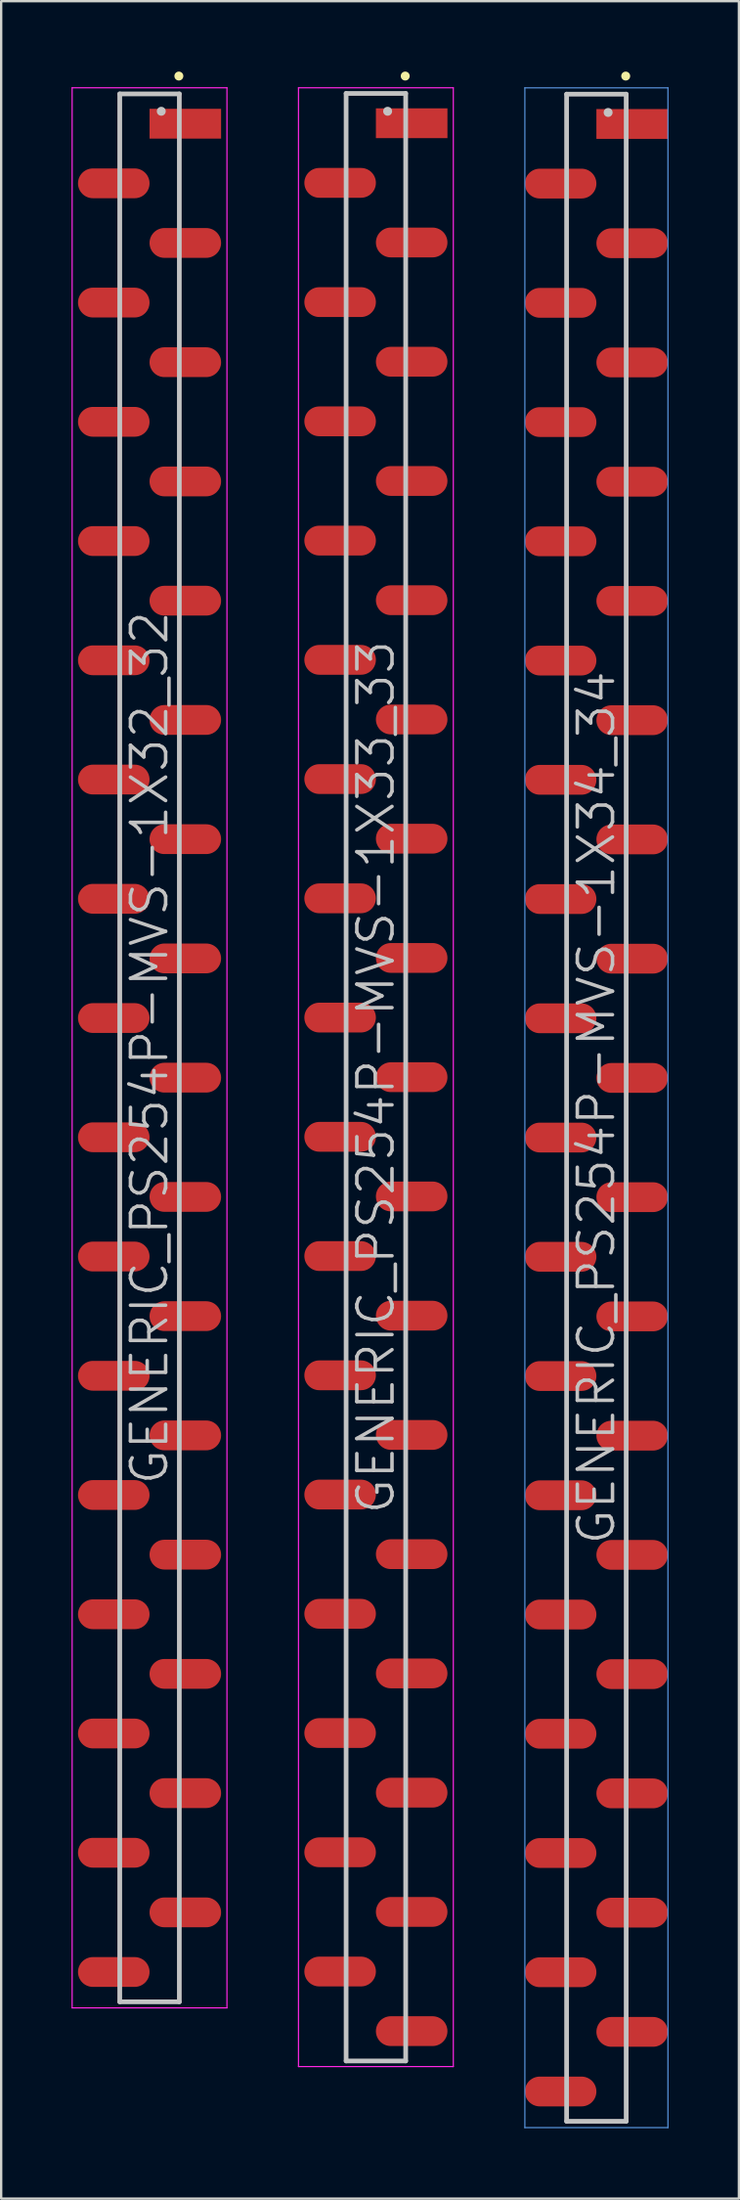
<source format=kicad_pcb>
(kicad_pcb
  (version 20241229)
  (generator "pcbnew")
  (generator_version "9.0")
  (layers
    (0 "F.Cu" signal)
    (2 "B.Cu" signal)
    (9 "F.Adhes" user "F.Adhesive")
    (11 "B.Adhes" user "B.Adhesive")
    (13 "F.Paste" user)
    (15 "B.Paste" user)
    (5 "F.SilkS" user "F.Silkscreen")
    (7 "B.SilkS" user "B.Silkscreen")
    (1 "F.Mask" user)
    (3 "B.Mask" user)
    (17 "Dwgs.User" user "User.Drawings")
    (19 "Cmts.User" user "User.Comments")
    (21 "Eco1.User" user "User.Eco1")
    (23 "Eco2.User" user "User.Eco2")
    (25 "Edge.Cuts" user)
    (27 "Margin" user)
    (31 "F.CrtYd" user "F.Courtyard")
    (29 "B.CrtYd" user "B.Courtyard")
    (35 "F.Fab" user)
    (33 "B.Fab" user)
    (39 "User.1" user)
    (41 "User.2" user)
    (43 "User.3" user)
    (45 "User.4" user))
  (footprint "GENERIC_PS254P-MVS-1X32_32"
    (layer "F.Cu")
    (at 3.325 41.59)
    (property "Reference" "GENERIC_PS254P-MVS-1X32_32" (at 0 0 90) (layer "Dwgs.User") (effects (font (size 1.5 1.5) (thickness 0.15))))
    (attr smd)
    (fp_line (start 1.25 -41.4) (end 1.25 -41.4) (stroke (width 0.381) (type solid)) (layer "F.SilkS"))
    (fp_line (start -1.27 -40.64) (end -1.27 40.64) (stroke (width 0.2) (type solid)) (layer "Dwgs.User"))
    (fp_line (start -1.27 -40.64) (end 1.27 -40.64) (stroke (width 0.2) (type solid)) (layer "Dwgs.User"))
    (fp_line (start -1.27 40.64) (end 1.27 40.64) (stroke (width 0.2) (type solid)) (layer "Dwgs.User"))
    (fp_line (start 0.5 -39.9) (end 0.5 -39.9) (stroke (width 0.381) (type solid)) (layer "Dwgs.User"))
    (fp_line (start 1.27 -40.64) (end 1.27 40.64) (stroke (width 0.2) (type solid)) (layer "Dwgs.User"))
    (fp_line (start -3.3 -40.9) (end -3.3 40.9) (stroke (width 0.05) (type solid)) (layer "F.CrtYd"))
    (fp_line (start -3.3 -40.9) (end 3.3 -40.9) (stroke (width 0.05) (type solid)) (layer "F.CrtYd"))
    (fp_line (start -3.3 40.9) (end 3.3 40.9) (stroke (width 0.05) (type solid)) (layer "F.CrtYd"))
    (fp_line (start 3.3 -40.9) (end 3.3 40.9) (stroke (width 0.05) (type solid)) (layer "F.CrtYd"))
    (pad "1" smd rect (at 1.525 -39.37 90) (size 1.27 3.05) (layers "F.Cu" "F.Mask" "F.Paste"))
    (pad "2" smd oval (at -1.525 -36.83 90) (size 1.27 3.05) (layers "F.Cu" "F.Mask" "F.Paste"))
    (pad "3" smd oval (at 1.525 -34.29 90) (size 1.27 3.05) (layers "F.Cu" "F.Mask" "F.Paste"))
    (pad "4" smd oval (at -1.525 -31.75 90) (size 1.27 3.05) (layers "F.Cu" "F.Mask" "F.Paste"))
    (pad "5" smd oval (at 1.525 -29.21 90) (size 1.27 3.05) (layers "F.Cu" "F.Mask" "F.Paste"))
    (pad "6" smd oval (at -1.525 -26.67 90) (size 1.27 3.05) (layers "F.Cu" "F.Mask" "F.Paste"))
    (pad "7" smd oval (at 1.525 -24.13 90) (size 1.27 3.05) (layers "F.Cu" "F.Mask" "F.Paste"))
    (pad "8" smd oval (at -1.525 -21.59 90) (size 1.27 3.05) (layers "F.Cu" "F.Mask" "F.Paste"))
    (pad "9" smd oval (at 1.525 -19.05 90) (size 1.27 3.05) (layers "F.Cu" "F.Mask" "F.Paste"))
    (pad "10" smd oval (at -1.525 -16.51 90) (size 1.27 3.05) (layers "F.Cu" "F.Mask" "F.Paste"))
    (pad "11" smd oval (at 1.525 -13.97 90) (size 1.27 3.05) (layers "F.Cu" "F.Mask" "F.Paste"))
    (pad "12" smd oval (at -1.525 -11.43 90) (size 1.27 3.05) (layers "F.Cu" "F.Mask" "F.Paste"))
    (pad "13" smd oval (at 1.525 -8.89 90) (size 1.27 3.05) (layers "F.Cu" "F.Mask" "F.Paste"))
    (pad "14" smd oval (at -1.525 -6.35 90) (size 1.27 3.05) (layers "F.Cu" "F.Mask" "F.Paste"))
    (pad "15" smd oval (at 1.525 -3.81 90) (size 1.27 3.05) (layers "F.Cu" "F.Mask" "F.Paste"))
    (pad "16" smd oval (at -1.525 -1.27 90) (size 1.27 3.05) (layers "F.Cu" "F.Mask" "F.Paste"))
    (pad "17" smd oval (at 1.525 1.27 90) (size 1.27 3.05) (layers "F.Cu" "F.Mask" "F.Paste"))
    (pad "18" smd oval (at -1.525 3.81 90) (size 1.27 3.05) (layers "F.Cu" "F.Mask" "F.Paste"))
    (pad "19" smd oval (at 1.525 6.35 90) (size 1.27 3.05) (layers "F.Cu" "F.Mask" "F.Paste"))
    (pad "20" smd oval (at -1.525 8.89 90) (size 1.27 3.05) (layers "F.Cu" "F.Mask" "F.Paste"))
    (pad "21" smd oval (at 1.525 11.43 90) (size 1.27 3.05) (layers "F.Cu" "F.Mask" "F.Paste"))
    (pad "22" smd oval (at -1.525 13.97 90) (size 1.27 3.05) (layers "F.Cu" "F.Mask" "F.Paste"))
    (pad "23" smd oval (at 1.525 16.51 90) (size 1.27 3.05) (layers "F.Cu" "F.Mask" "F.Paste"))
    (pad "24" smd oval (at -1.525 19.05 90) (size 1.27 3.05) (layers "F.Cu" "F.Mask" "F.Paste"))
    (pad "25" smd oval (at 1.525 21.59 90) (size 1.27 3.05) (layers "F.Cu" "F.Mask" "F.Paste"))
    (pad "26" smd oval (at -1.525 24.13 90) (size 1.27 3.05) (layers "F.Cu" "F.Mask" "F.Paste"))
    (pad "27" smd oval (at 1.525 26.67 90) (size 1.27 3.05) (layers "F.Cu" "F.Mask" "F.Paste"))
    (pad "28" smd oval (at -1.525 29.21 90) (size 1.27 3.05) (layers "F.Cu" "F.Mask" "F.Paste"))
    (pad "29" smd oval (at 1.525 31.75 90) (size 1.27 3.05) (layers "F.Cu" "F.Mask" "F.Paste"))
    (pad "30" smd oval (at -1.525 34.29 90) (size 1.27 3.05) (layers "F.Cu" "F.Mask" "F.Paste"))
    (pad "31" smd oval (at 1.525 36.83 90) (size 1.27 3.05) (layers "F.Cu" "F.Mask" "F.Paste"))
    (pad "32" smd oval (at -1.525 39.37 90) (size 1.27 3.05) (layers "F.Cu" "F.Mask" "F.Paste")))
  (footprint "GENERIC_PS254P-MVS-1X33_33"
    (layer "F.Cu")
    (at 12.975 42.84)
    (property "Reference" "GENERIC_PS254P-MVS-1X33_33" (at 0 0 90) (layer "Dwgs.User") (effects (font (size 1.5 1.5) (thickness 0.15))))
    (attr smd)
    (fp_line (start 1.25 -42.65) (end 1.25 -42.65) (stroke (width 0.381) (type solid)) (layer "F.SilkS"))
    (fp_line (start -1.27 -41.91) (end -1.27 41.91) (stroke (width 0.2) (type solid)) (layer "Dwgs.User"))
    (fp_line (start -1.27 -41.91) (end 1.27 -41.91) (stroke (width 0.2) (type solid)) (layer "Dwgs.User"))
    (fp_line (start -1.27 41.91) (end 1.27 41.91) (stroke (width 0.2) (type solid)) (layer "Dwgs.User"))
    (fp_line (start 0.5 -41.15) (end 0.5 -41.15) (stroke (width 0.381) (type solid)) (layer "Dwgs.User"))
    (fp_line (start 1.27 -41.91) (end 1.27 41.91) (stroke (width 0.2) (type solid)) (layer "Dwgs.User"))
    (fp_line (start -3.3 -42.15) (end -3.3 42.15) (stroke (width 0.05) (type solid)) (layer "F.CrtYd"))
    (fp_line (start -3.3 -42.15) (end 3.3 -42.15) (stroke (width 0.05) (type solid)) (layer "F.CrtYd"))
    (fp_line (start -3.3 42.15) (end 3.3 42.15) (stroke (width 0.05) (type solid)) (layer "F.CrtYd"))
    (fp_line (start 3.3 -42.15) (end 3.3 42.15) (stroke (width 0.05) (type solid)) (layer "F.CrtYd"))
    (pad "1" smd rect (at 1.525 -40.64 90) (size 1.27 3.05) (layers "F.Cu" "F.Mask" "F.Paste"))
    (pad "2" smd oval (at -1.525 -38.1 90) (size 1.27 3.05) (layers "F.Cu" "F.Mask" "F.Paste"))
    (pad "3" smd oval (at 1.525 -35.56 90) (size 1.27 3.05) (layers "F.Cu" "F.Mask" "F.Paste"))
    (pad "4" smd oval (at -1.525 -33.02 90) (size 1.27 3.05) (layers "F.Cu" "F.Mask" "F.Paste"))
    (pad "5" smd oval (at 1.525 -30.48 90) (size 1.27 3.05) (layers "F.Cu" "F.Mask" "F.Paste"))
    (pad "6" smd oval (at -1.525 -27.94 90) (size 1.27 3.05) (layers "F.Cu" "F.Mask" "F.Paste"))
    (pad "7" smd oval (at 1.525 -25.4 90) (size 1.27 3.05) (layers "F.Cu" "F.Mask" "F.Paste"))
    (pad "8" smd oval (at -1.525 -22.86 90) (size 1.27 3.05) (layers "F.Cu" "F.Mask" "F.Paste"))
    (pad "9" smd oval (at 1.525 -20.32 90) (size 1.27 3.05) (layers "F.Cu" "F.Mask" "F.Paste"))
    (pad "10" smd oval (at -1.525 -17.78 90) (size 1.27 3.05) (layers "F.Cu" "F.Mask" "F.Paste"))
    (pad "11" smd oval (at 1.525 -15.24 90) (size 1.27 3.05) (layers "F.Cu" "F.Mask" "F.Paste"))
    (pad "12" smd oval (at -1.525 -12.7 90) (size 1.27 3.05) (layers "F.Cu" "F.Mask" "F.Paste"))
    (pad "13" smd oval (at 1.525 -10.16 90) (size 1.27 3.05) (layers "F.Cu" "F.Mask" "F.Paste"))
    (pad "14" smd oval (at -1.525 -7.62 90) (size 1.27 3.05) (layers "F.Cu" "F.Mask" "F.Paste"))
    (pad "15" smd oval (at 1.525 -5.08 90) (size 1.27 3.05) (layers "F.Cu" "F.Mask" "F.Paste"))
    (pad "16" smd oval (at -1.525 -2.54 90) (size 1.27 3.05) (layers "F.Cu" "F.Mask" "F.Paste"))
    (pad "17" smd oval (at 1.525 0 90) (size 1.27 3.05) (layers "F.Cu" "F.Mask" "F.Paste"))
    (pad "18" smd oval (at -1.525 2.54 90) (size 1.27 3.05) (layers "F.Cu" "F.Mask" "F.Paste"))
    (pad "19" smd oval (at 1.525 5.08 90) (size 1.27 3.05) (layers "F.Cu" "F.Mask" "F.Paste"))
    (pad "20" smd oval (at -1.525 7.62 90) (size 1.27 3.05) (layers "F.Cu" "F.Mask" "F.Paste"))
    (pad "21" smd oval (at 1.525 10.16 90) (size 1.27 3.05) (layers "F.Cu" "F.Mask" "F.Paste"))
    (pad "22" smd oval (at -1.525 12.7 90) (size 1.27 3.05) (layers "F.Cu" "F.Mask" "F.Paste"))
    (pad "23" smd oval (at 1.525 15.24 90) (size 1.27 3.05) (layers "F.Cu" "F.Mask" "F.Paste"))
    (pad "24" smd oval (at -1.525 17.78 90) (size 1.27 3.05) (layers "F.Cu" "F.Mask" "F.Paste"))
    (pad "25" smd oval (at 1.525 20.32 90) (size 1.27 3.05) (layers "F.Cu" "F.Mask" "F.Paste"))
    (pad "26" smd oval (at -1.525 22.86 90) (size 1.27 3.05) (layers "F.Cu" "F.Mask" "F.Paste"))
    (pad "27" smd oval (at 1.525 25.4 90) (size 1.27 3.05) (layers "F.Cu" "F.Mask" "F.Paste"))
    (pad "28" smd oval (at -1.525 27.94 90) (size 1.27 3.05) (layers "F.Cu" "F.Mask" "F.Paste"))
    (pad "29" smd oval (at 1.525 30.48 90) (size 1.27 3.05) (layers "F.Cu" "F.Mask" "F.Paste"))
    (pad "30" smd oval (at -1.525 33.02 90) (size 1.27 3.05) (layers "F.Cu" "F.Mask" "F.Paste"))
    (pad "31" smd oval (at 1.525 35.56 90) (size 1.27 3.05) (layers "F.Cu" "F.Mask" "F.Paste"))
    (pad "32" smd oval (at -1.525 38.1 90) (size 1.27 3.05) (layers "F.Cu" "F.Mask" "F.Paste"))
    (pad "33" smd oval (at 1.525 40.64 90) (size 1.27 3.05) (layers "F.Cu" "F.Mask" "F.Paste")))
  (footprint "GENERIC_PS254P-MVS-1X34_34"
    (layer "F.Cu")
    (at 22.375 44.141)
    (property "Reference" "GENERIC_PS254P-MVS-1X34_34" (at 0 0 90) (layer "Dwgs.User") (effects (font (size 1.5 1.5) (thickness 0.15))))
    (attr smd)
    (fp_line (start 1.25 -43.95) (end 1.25 -43.95) (stroke (width 0.381) (type solid)) (layer "F.SilkS"))
    (fp_line (start -1.27 -43.18) (end -1.27 43.18) (stroke (width 0.2) (type solid)) (layer "Dwgs.User"))
    (fp_line (start -1.27 -43.18) (end 1.27 -43.18) (stroke (width 0.2) (type solid)) (layer "Dwgs.User"))
    (fp_line (start -1.27 43.18) (end 1.27 43.18) (stroke (width 0.2) (type solid)) (layer "Dwgs.User"))
    (fp_line (start 0.5 -42.4) (end 0.5 -42.4) (stroke (width 0.381) (type solid)) (layer "Dwgs.User"))
    (fp_line (start 1.27 -43.18) (end 1.27 43.18) (stroke (width 0.2) (type solid)) (layer "Dwgs.User"))
    (fp_line (start -3.05 -43.45) (end -3.05 43.45) (stroke (width 0.05) (type solid)) (layer "Cmts.User"))
    (fp_line (start -3.05 -43.45) (end 3.05 -43.45) (stroke (width 0.05) (type solid)) (layer "Cmts.User"))
    (fp_line (start -3.05 43.45) (end 3.05 43.45) (stroke (width 0.05) (type solid)) (layer "Cmts.User"))
    (fp_line (start 3.05 -43.45) (end 3.05 43.45) (stroke (width 0.05) (type solid)) (layer "Cmts.User"))
    (pad "1" smd rect (at 1.525 -41.91 90) (size 1.27 3.05) (layers "F.Cu" "F.Mask" "F.Paste"))
    (pad "2" smd oval (at -1.525 -39.37 90) (size 1.27 3.05) (layers "F.Cu" "F.Mask" "F.Paste"))
    (pad "3" smd oval (at 1.525 -36.83 90) (size 1.27 3.05) (layers "F.Cu" "F.Mask" "F.Paste"))
    (pad "4" smd oval (at -1.525 -34.29 90) (size 1.27 3.05) (layers "F.Cu" "F.Mask" "F.Paste"))
    (pad "5" smd oval (at 1.525 -31.75 90) (size 1.27 3.05) (layers "F.Cu" "F.Mask" "F.Paste"))
    (pad "6" smd oval (at -1.525 -29.21 90) (size 1.27 3.05) (layers "F.Cu" "F.Mask" "F.Paste"))
    (pad "7" smd oval (at 1.525 -26.67 90) (size 1.27 3.05) (layers "F.Cu" "F.Mask" "F.Paste"))
    (pad "8" smd oval (at -1.525 -24.13 90) (size 1.27 3.05) (layers "F.Cu" "F.Mask" "F.Paste"))
    (pad "9" smd oval (at 1.525 -21.59 90) (size 1.27 3.05) (layers "F.Cu" "F.Mask" "F.Paste"))
    (pad "10" smd oval (at -1.525 -19.05 90) (size 1.27 3.05) (layers "F.Cu" "F.Mask" "F.Paste"))
    (pad "11" smd oval (at 1.525 -16.51 90) (size 1.27 3.05) (layers "F.Cu" "F.Mask" "F.Paste"))
    (pad "12" smd oval (at -1.525 -13.97 90) (size 1.27 3.05) (layers "F.Cu" "F.Mask" "F.Paste"))
    (pad "13" smd oval (at 1.525 -11.43 90) (size 1.27 3.05) (layers "F.Cu" "F.Mask" "F.Paste"))
    (pad "14" smd oval (at -1.525 -8.89 90) (size 1.27 3.05) (layers "F.Cu" "F.Mask" "F.Paste"))
    (pad "15" smd oval (at 1.525 -6.35 90) (size 1.27 3.05) (layers "F.Cu" "F.Mask" "F.Paste"))
    (pad "16" smd oval (at -1.525 -3.81 90) (size 1.27 3.05) (layers "F.Cu" "F.Mask" "F.Paste"))
    (pad "17" smd oval (at 1.525 -1.27 90) (size 1.27 3.05) (layers "F.Cu" "F.Mask" "F.Paste"))
    (pad "18" smd oval (at -1.525 1.27 90) (size 1.27 3.05) (layers "F.Cu" "F.Mask" "F.Paste"))
    (pad "19" smd oval (at 1.525 3.81 90) (size 1.27 3.05) (layers "F.Cu" "F.Mask" "F.Paste"))
    (pad "20" smd oval (at -1.525 6.35 90) (size 1.27 3.05) (layers "F.Cu" "F.Mask" "F.Paste"))
    (pad "21" smd oval (at 1.525 8.89 90) (size 1.27 3.05) (layers "F.Cu" "F.Mask" "F.Paste"))
    (pad "22" smd oval (at -1.525 11.43 90) (size 1.27 3.05) (layers "F.Cu" "F.Mask" "F.Paste"))
    (pad "23" smd oval (at 1.525 13.97 90) (size 1.27 3.05) (layers "F.Cu" "F.Mask" "F.Paste"))
    (pad "24" smd oval (at -1.525 16.51 90) (size 1.27 3.05) (layers "F.Cu" "F.Mask" "F.Paste"))
    (pad "25" smd oval (at 1.525 19.05 90) (size 1.27 3.05) (layers "F.Cu" "F.Mask" "F.Paste"))
    (pad "26" smd oval (at -1.525 21.59 90) (size 1.27 3.05) (layers "F.Cu" "F.Mask" "F.Paste"))
    (pad "27" smd oval (at 1.525 24.13 90) (size 1.27 3.05) (layers "F.Cu" "F.Mask" "F.Paste"))
    (pad "28" smd oval (at -1.525 26.67 90) (size 1.27 3.05) (layers "F.Cu" "F.Mask" "F.Paste"))
    (pad "29" smd oval (at 1.525 29.21 90) (size 1.27 3.05) (layers "F.Cu" "F.Mask" "F.Paste"))
    (pad "30" smd oval (at -1.525 31.75 90) (size 1.27 3.05) (layers "F.Cu" "F.Mask" "F.Paste"))
    (pad "31" smd oval (at 1.525 34.29 90) (size 1.27 3.05) (layers "F.Cu" "F.Mask" "F.Paste"))
    (pad "32" smd oval (at -1.525 36.83 90) (size 1.27 3.05) (layers "F.Cu" "F.Mask" "F.Paste"))
    (pad "33" smd oval (at 1.525 39.37 90) (size 1.27 3.05) (layers "F.Cu" "F.Mask" "F.Paste"))
    (pad "34" smd oval (at -1.525 41.91 90) (size 1.27 3.05) (layers "F.Cu" "F.Mask" "F.Paste")))
  (gr_rect
    (start -3 -3)
    (end 28.45 90.615)
    (stroke (width 0.1) (type default))
    (fill no)
    (layer "Edge.Cuts")))
</source>
